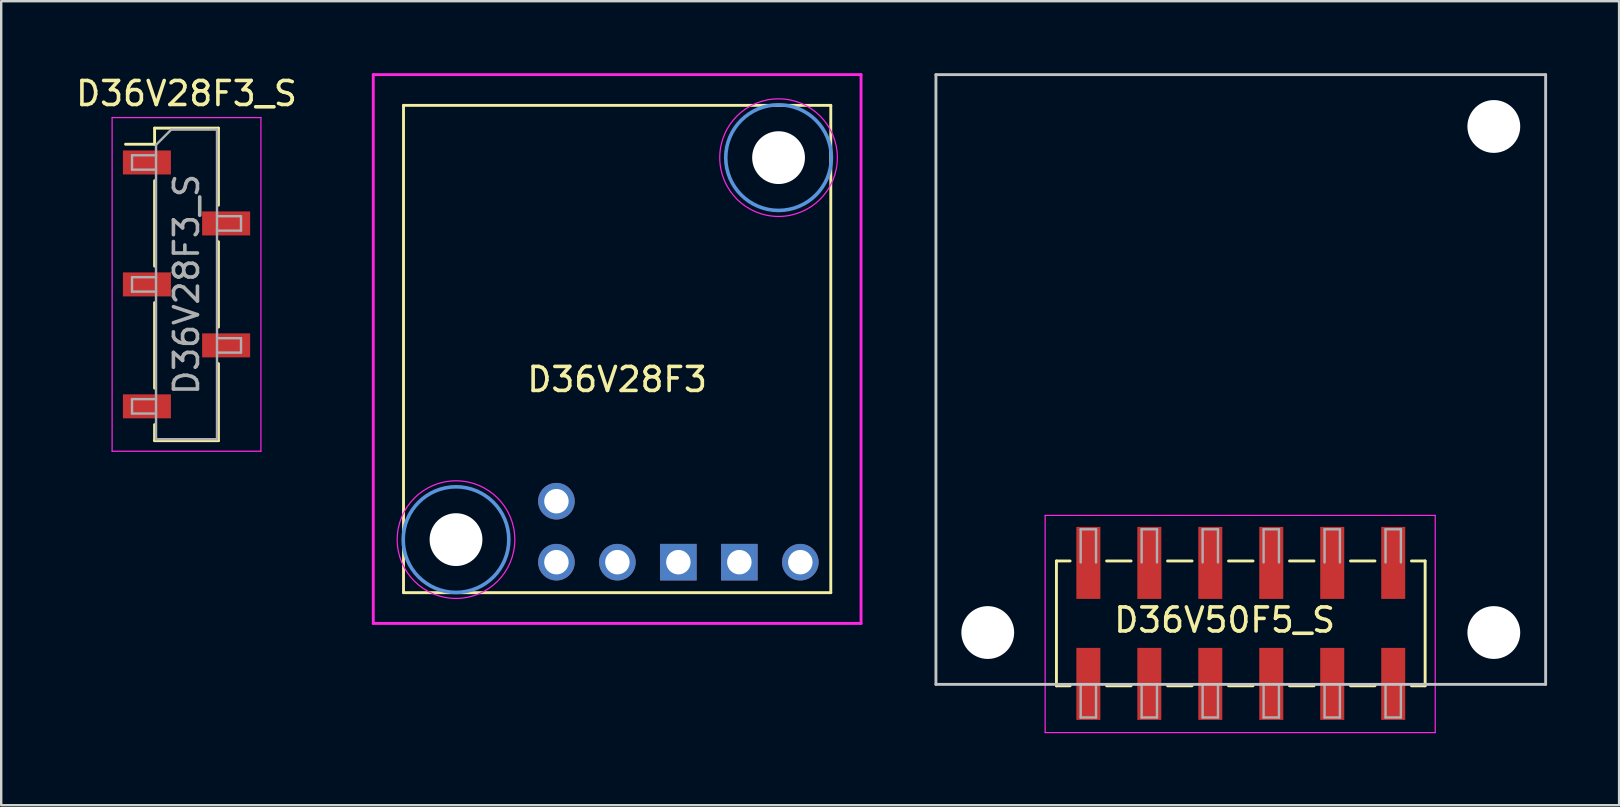
<source format=kicad_pcb>
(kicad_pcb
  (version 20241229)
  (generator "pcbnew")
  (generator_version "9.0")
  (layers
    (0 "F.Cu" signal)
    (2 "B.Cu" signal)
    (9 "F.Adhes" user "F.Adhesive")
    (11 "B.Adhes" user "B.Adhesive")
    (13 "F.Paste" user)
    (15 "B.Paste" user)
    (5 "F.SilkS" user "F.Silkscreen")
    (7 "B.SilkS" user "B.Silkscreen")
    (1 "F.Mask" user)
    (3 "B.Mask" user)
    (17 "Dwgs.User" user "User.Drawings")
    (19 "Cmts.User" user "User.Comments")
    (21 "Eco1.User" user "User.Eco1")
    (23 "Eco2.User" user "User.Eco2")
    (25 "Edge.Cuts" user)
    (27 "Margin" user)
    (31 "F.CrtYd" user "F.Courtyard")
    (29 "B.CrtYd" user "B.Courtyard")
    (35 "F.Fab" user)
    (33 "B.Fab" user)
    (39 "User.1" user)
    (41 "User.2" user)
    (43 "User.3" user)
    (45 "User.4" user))
  (footprint "D36V28F3"
    (layer "F.Cu")
    (at 22.66 11.49)
    (property "Reference" "D36V28F3" (at 0 1.27 0) (layer "F.SilkS") (effects (font (size 1 1) (thickness 0.15))))
    (attr through_hole)
    (fp_line (start -8.9 -10.15) (end 8.9 -10.15) (stroke (width 0.12) (type solid)) (layer "F.SilkS"))
    (fp_line (start -8.9 10.15) (end -8.9 -10.15) (stroke (width 0.12) (type solid)) (layer "F.SilkS"))
    (fp_line (start 8.9 -10.15) (end 8.9 10.15) (stroke (width 0.12) (type solid)) (layer "F.SilkS"))
    (fp_line (start 8.9 10.15) (end -8.9 10.15) (stroke (width 0.12) (type solid)) (layer "F.SilkS"))
    (fp_circle (center -6.713 7.94) (end -4.513 7.94) (stroke (width 0.15) (type solid)) (fill no) (layer "Cmts.User"))
    (fp_circle (center 6.724 -7.973) (end 8.924 -7.973) (stroke (width 0.15) (type solid)) (fill no) (layer "Cmts.User"))
    (fp_line (start -10.16 -11.43) (end -10.16 11.43) (stroke (width 0.12) (type solid)) (layer "F.CrtYd"))
    (fp_line (start -10.16 11.43) (end 10.16 11.43) (stroke (width 0.12) (type solid)) (layer "F.CrtYd"))
    (fp_line (start 10.16 -11.43) (end -10.16 -11.43) (stroke (width 0.12) (type solid)) (layer "F.CrtYd"))
    (fp_line (start 10.16 11.43) (end 10.16 -11.43) (stroke (width 0.12) (type solid)) (layer "F.CrtYd"))
    (fp_circle (center -6.713 7.94) (end -4.263 7.94) (stroke (width 0.05) (type solid)) (fill no) (layer "F.CrtYd"))
    (fp_circle (center 6.724 -7.973) (end 9.174 -7.973) (stroke (width 0.05) (type solid)) (fill no) (layer "F.CrtYd"))
    (pad "" np_thru_hole circle (at -6.713 7.94) (size 2.2 2.2) (drill 2.2) (layers "*.Cu" "*.Mask"))
    (pad "" np_thru_hole circle (at 6.724 -7.973) (size 2.2 2.2) (drill 2.2) (layers "*.Cu" "*.Mask"))
    (pad "1" thru_hole circle (at -2.53 6.34) (size 1.524 1.524) (drill 1.02) (layers "*.Cu" "*.Mask"))
    (pad "2" thru_hole circle (at -2.53 8.88) (size 1.524 1.524) (drill 1.02) (layers "*.Cu" "*.Mask"))
    (pad "3" thru_hole circle (at 0.01 8.88) (size 1.524 1.524) (drill 1.02) (layers "*.Cu" "*.Mask"))
    (pad "4" thru_hole rect (at 2.55 8.88) (size 1.524 1.524) (drill 1.02) (layers "*.Cu" "*.Mask"))
    (pad "5" thru_hole rect (at 5.09 8.88) (size 1.524 1.524) (drill 1.02) (layers "*.Cu" "*.Mask"))
    (pad "6" thru_hole circle (at 7.63 8.88) (size 1.524 1.524) (drill 1.02) (layers "*.Cu" "*.Mask")))
  (footprint "D36V50F5_S"
    (layer "F.Cu")
    (at 48.64 12.76)
    (property "Reference" "D36V50F5_S" (at -0.673 10.02 180) (layer "F.SilkS") (effects (font (size 1 1) (thickness 0.15))))
    (attr smd)
    (fp_line (start -7.68 7.56) (end -7.11 7.56) (stroke (width 0.12) (type solid)) (layer "F.SilkS"))
    (fp_line (start -7.68 12.76) (end -7.68 7.56) (stroke (width 0.12) (type solid)) (layer "F.SilkS"))
    (fp_line (start -7.68 12.76) (end -7.11 12.76) (stroke (width 0.12) (type solid)) (layer "F.SilkS"))
    (fp_line (start -5.59 7.56) (end -4.57 7.56) (stroke (width 0.12) (type solid)) (layer "F.SilkS"))
    (fp_line (start -5.59 12.76) (end -4.57 12.76) (stroke (width 0.12) (type solid)) (layer "F.SilkS"))
    (fp_line (start -3.05 7.56) (end -2.03 7.56) (stroke (width 0.12) (type solid)) (layer "F.SilkS"))
    (fp_line (start -3.05 12.76) (end -2.03 12.76) (stroke (width 0.12) (type solid)) (layer "F.SilkS"))
    (fp_line (start -0.51 7.56) (end 0.51 7.56) (stroke (width 0.12) (type solid)) (layer "F.SilkS"))
    (fp_line (start -0.51 12.76) (end 0.51 12.76) (stroke (width 0.12) (type solid)) (layer "F.SilkS"))
    (fp_line (start 2.03 7.56) (end 3.05 7.56) (stroke (width 0.12) (type solid)) (layer "F.SilkS"))
    (fp_line (start 2.03 12.76) (end 3.05 12.76) (stroke (width 0.12) (type solid)) (layer "F.SilkS"))
    (fp_line (start 4.57 7.56) (end 5.59 7.56) (stroke (width 0.12) (type solid)) (layer "F.SilkS"))
    (fp_line (start 4.57 12.76) (end 5.59 12.76) (stroke (width 0.12) (type solid)) (layer "F.SilkS"))
    (fp_line (start 7.11 7.56) (end 7.68 7.56) (stroke (width 0.12) (type solid)) (layer "F.SilkS"))
    (fp_line (start 7.11 12.76) (end 7.68 12.76) (stroke (width 0.12) (type solid)) (layer "F.SilkS"))
    (fp_line (start 7.68 12.76) (end 7.68 7.56) (stroke (width 0.12) (type solid)) (layer "F.SilkS"))
    (fp_line (start -12.7 -12.7) (end 12.7 -12.7) (stroke (width 0.12) (type solid)) (layer "Dwgs.User"))
    (fp_line (start -12.7 12.7) (end -12.7 -12.7) (stroke (width 0.12) (type solid)) (layer "Dwgs.User"))
    (fp_line (start 12.7 -12.7) (end 12.7 12.7) (stroke (width 0.12) (type solid)) (layer "Dwgs.User"))
    (fp_line (start 12.7 12.7) (end -12.7 12.7) (stroke (width 0.12) (type solid)) (layer "Dwgs.User"))
    (fp_line (start -8.15 5.66) (end 8.1 5.66) (stroke (width 0.05) (type solid)) (layer "F.CrtYd"))
    (fp_line (start -8.15 14.71) (end -8.15 5.66) (stroke (width 0.05) (type solid)) (layer "F.CrtYd"))
    (fp_line (start 8.1 5.66) (end 8.1 14.71) (stroke (width 0.05) (type solid)) (layer "F.CrtYd"))
    (fp_line (start 8.1 14.71) (end -8.15 14.71) (stroke (width 0.05) (type solid)) (layer "F.CrtYd"))
    (fp_line (start -6.67 6.24) (end -6.03 6.24) (stroke (width 0.1) (type solid)) (layer "F.Fab"))
    (fp_line (start -6.67 7.62) (end -6.67 6.24) (stroke (width 0.1) (type solid)) (layer "F.Fab"))
    (fp_line (start -6.67 14.08) (end -6.67 12.7) (stroke (width 0.1) (type solid)) (layer "F.Fab"))
    (fp_line (start -6.03 6.24) (end -6.03 7.62) (stroke (width 0.1) (type solid)) (layer "F.Fab"))
    (fp_line (start -6.03 12.7) (end -6.03 14.08) (stroke (width 0.1) (type solid)) (layer "F.Fab"))
    (fp_line (start -6.03 14.08) (end -6.67 14.08) (stroke (width 0.1) (type solid)) (layer "F.Fab"))
    (fp_line (start -4.13 6.24) (end -3.49 6.24) (stroke (width 0.1) (type solid)) (layer "F.Fab"))
    (fp_line (start -4.13 7.62) (end -4.13 6.24) (stroke (width 0.1) (type solid)) (layer "F.Fab"))
    (fp_line (start -4.13 14.08) (end -4.13 12.7) (stroke (width 0.1) (type solid)) (layer "F.Fab"))
    (fp_line (start -3.49 6.24) (end -3.49 7.62) (stroke (width 0.1) (type solid)) (layer "F.Fab"))
    (fp_line (start -3.49 12.7) (end -3.49 14.08) (stroke (width 0.1) (type solid)) (layer "F.Fab"))
    (fp_line (start -3.49 14.08) (end -4.13 14.08) (stroke (width 0.1) (type solid)) (layer "F.Fab"))
    (fp_line (start -1.59 6.24) (end -0.95 6.24) (stroke (width 0.1) (type solid)) (layer "F.Fab"))
    (fp_line (start -1.59 7.62) (end -1.59 6.24) (stroke (width 0.1) (type solid)) (layer "F.Fab"))
    (fp_line (start -1.59 14.08) (end -1.59 12.7) (stroke (width 0.1) (type solid)) (layer "F.Fab"))
    (fp_line (start -0.95 6.24) (end -0.95 7.62) (stroke (width 0.1) (type solid)) (layer "F.Fab"))
    (fp_line (start -0.95 12.7) (end -0.95 14.08) (stroke (width 0.1) (type solid)) (layer "F.Fab"))
    (fp_line (start -0.95 14.08) (end -1.59 14.08) (stroke (width 0.1) (type solid)) (layer "F.Fab"))
    (fp_line (start 0.95 6.24) (end 1.59 6.24) (stroke (width 0.1) (type solid)) (layer "F.Fab"))
    (fp_line (start 0.95 7.62) (end 0.95 6.24) (stroke (width 0.1) (type solid)) (layer "F.Fab"))
    (fp_line (start 0.95 14.08) (end 0.95 12.7) (stroke (width 0.1) (type solid)) (layer "F.Fab"))
    (fp_line (start 1.59 6.24) (end 1.59 7.62) (stroke (width 0.1) (type solid)) (layer "F.Fab"))
    (fp_line (start 1.59 12.7) (end 1.59 14.08) (stroke (width 0.1) (type solid)) (layer "F.Fab"))
    (fp_line (start 1.59 14.08) (end 0.95 14.08) (stroke (width 0.1) (type solid)) (layer "F.Fab"))
    (fp_line (start 3.49 6.24) (end 4.13 6.24) (stroke (width 0.1) (type solid)) (layer "F.Fab"))
    (fp_line (start 3.49 7.62) (end 3.49 6.24) (stroke (width 0.1) (type solid)) (layer "F.Fab"))
    (fp_line (start 3.49 14.08) (end 3.49 12.7) (stroke (width 0.1) (type solid)) (layer "F.Fab"))
    (fp_line (start 4.13 6.24) (end 4.13 7.62) (stroke (width 0.1) (type solid)) (layer "F.Fab"))
    (fp_line (start 4.13 12.7) (end 4.13 14.08) (stroke (width 0.1) (type solid)) (layer "F.Fab"))
    (fp_line (start 4.13 14.08) (end 3.49 14.08) (stroke (width 0.1) (type solid)) (layer "F.Fab"))
    (fp_line (start 6.03 6.24) (end 6.67 6.24) (stroke (width 0.1) (type solid)) (layer "F.Fab"))
    (fp_line (start 6.03 7.62) (end 6.03 6.24) (stroke (width 0.1) (type solid)) (layer "F.Fab"))
    (fp_line (start 6.03 14.08) (end 6.03 12.7) (stroke (width 0.1) (type solid)) (layer "F.Fab"))
    (fp_line (start 6.67 6.24) (end 6.67 7.62) (stroke (width 0.1) (type solid)) (layer "F.Fab"))
    (fp_line (start 6.67 12.7) (end 6.67 14.08) (stroke (width 0.1) (type solid)) (layer "F.Fab"))
    (fp_line (start 6.67 14.08) (end 6.03 14.08) (stroke (width 0.1) (type solid)) (layer "F.Fab"))
    (pad "" np_thru_hole circle (at -10.541 10.541 180) (size 2.2 2.2) (drill 2.2) (layers "*.Cu" "*.Mask"))
    (pad "" np_thru_hole circle (at 10.541 -10.541 180) (size 2.2 2.2) (drill 2.2) (layers "*.Cu" "*.Mask"))
    (pad "" np_thru_hole circle (at 10.541 10.541 180) (size 2.2 2.2) (drill 2.2) (layers "*.Cu" "*.Mask"))
    (pad "1" smd rect (at 6.35 7.64 90) (size 3 1) (layers "F.Cu" "F.Mask" "F.Paste"))
    (pad "2" smd rect (at 6.35 12.68 90) (size 3 1) (layers "F.Cu" "F.Mask" "F.Paste"))
    (pad "3" smd rect (at 3.81 7.64 90) (size 3 1) (layers "F.Cu" "F.Mask" "F.Paste"))
    (pad "4" smd rect (at 3.81 12.68 90) (size 3 1) (layers "F.Cu" "F.Mask" "F.Paste"))
    (pad "5" smd rect (at 1.27 7.64 90) (size 3 1) (layers "F.Cu" "F.Mask" "F.Paste"))
    (pad "6" smd rect (at 1.27 12.68 90) (size 3 1) (layers "F.Cu" "F.Mask" "F.Paste"))
    (pad "7" smd rect (at -1.27 7.64 90) (size 3 1) (layers "F.Cu" "F.Mask" "F.Paste"))
    (pad "8" smd rect (at -1.27 12.68 90) (size 3 1) (layers "F.Cu" "F.Mask" "F.Paste"))
    (pad "9" smd rect (at -3.81 7.64 90) (size 3 1) (layers "F.Cu" "F.Mask" "F.Paste"))
    (pad "10" smd rect (at -3.81 12.68 90) (size 3 1) (layers "F.Cu" "F.Mask" "F.Paste"))
    (pad "11" smd rect (at -6.35 7.64 90) (size 3 1) (layers "F.Cu" "F.Mask" "F.Paste"))
    (pad "12" smd rect (at -6.35 12.68 90) (size 3 1) (layers "F.Cu" "F.Mask" "F.Paste")))
  (footprint "D36V28F3_S"
    (layer "F.Cu")
    (at 4.72 8.798)
    (property "Reference" "D36V28F3_S" (at 0 -7.95 0) (layer "F.SilkS") (effects (font (size 1 1) (thickness 0.15))))
    (attr smd)
    (fp_line (start -2.54 -5.84) (end -1.33 -5.84) (stroke (width 0.12) (type solid)) (layer "F.SilkS"))
    (fp_line (start -1.33 -6.51) (end -1.33 -5.84) (stroke (width 0.12) (type solid)) (layer "F.SilkS"))
    (fp_line (start -1.33 -6.51) (end 1.33 -6.51) (stroke (width 0.12) (type solid)) (layer "F.SilkS"))
    (fp_line (start -1.33 -4.32) (end -1.33 -0.76) (stroke (width 0.12) (type solid)) (layer "F.SilkS"))
    (fp_line (start -1.33 0.76) (end -1.33 4.32) (stroke (width 0.12) (type solid)) (layer "F.SilkS"))
    (fp_line (start -1.33 5.84) (end -1.33 6.51) (stroke (width 0.12) (type solid)) (layer "F.SilkS"))
    (fp_line (start -1.33 6.51) (end 1.33 6.51) (stroke (width 0.12) (type solid)) (layer "F.SilkS"))
    (fp_line (start 1.33 -6.51) (end 1.33 -3.3) (stroke (width 0.12) (type solid)) (layer "F.SilkS"))
    (fp_line (start 1.33 -1.78) (end 1.33 1.78) (stroke (width 0.12) (type solid)) (layer "F.SilkS"))
    (fp_line (start 1.33 3.3) (end 1.33 6.51) (stroke (width 0.12) (type solid)) (layer "F.SilkS"))
    (fp_line (start -3.1 -6.95) (end 3.1 -6.95) (stroke (width 0.05) (type solid)) (layer "F.CrtYd"))
    (fp_line (start -3.1 6.95) (end -3.1 -6.95) (stroke (width 0.05) (type solid)) (layer "F.CrtYd"))
    (fp_line (start 3.1 -6.95) (end 3.1 6.95) (stroke (width 0.05) (type solid)) (layer "F.CrtYd"))
    (fp_line (start 3.1 6.95) (end -3.1 6.95) (stroke (width 0.05) (type solid)) (layer "F.CrtYd"))
    (fp_line (start -2.27 -5.38) (end -1.27 -5.38) (stroke (width 0.1) (type solid)) (layer "F.Fab"))
    (fp_line (start -2.27 -4.78) (end -2.27 -5.38) (stroke (width 0.1) (type solid)) (layer "F.Fab"))
    (fp_line (start -2.27 -0.3) (end -1.27 -0.3) (stroke (width 0.1) (type solid)) (layer "F.Fab"))
    (fp_line (start -2.27 0.3) (end -2.27 -0.3) (stroke (width 0.1) (type solid)) (layer "F.Fab"))
    (fp_line (start -2.27 4.78) (end -1.27 4.78) (stroke (width 0.1) (type solid)) (layer "F.Fab"))
    (fp_line (start -2.27 5.38) (end -2.27 4.78) (stroke (width 0.1) (type solid)) (layer "F.Fab"))
    (fp_line (start -1.27 -5.815) (end -0.635 -6.45) (stroke (width 0.1) (type solid)) (layer "F.Fab"))
    (fp_line (start -1.27 -4.78) (end -2.27 -4.78) (stroke (width 0.1) (type solid)) (layer "F.Fab"))
    (fp_line (start -1.27 0.3) (end -2.27 0.3) (stroke (width 0.1) (type solid)) (layer "F.Fab"))
    (fp_line (start -1.27 5.38) (end -2.27 5.38) (stroke (width 0.1) (type solid)) (layer "F.Fab"))
    (fp_line (start -1.27 6.45) (end -1.27 -5.815) (stroke (width 0.1) (type solid)) (layer "F.Fab"))
    (fp_line (start -0.635 -6.45) (end 1.27 -6.45) (stroke (width 0.1) (type solid)) (layer "F.Fab"))
    (fp_line (start 1.27 -6.45) (end 1.27 6.45) (stroke (width 0.1) (type solid)) (layer "F.Fab"))
    (fp_line (start 1.27 -2.84) (end 2.27 -2.84) (stroke (width 0.1) (type solid)) (layer "F.Fab"))
    (fp_line (start 1.27 2.24) (end 2.27 2.24) (stroke (width 0.1) (type solid)) (layer "F.Fab"))
    (fp_line (start 1.27 6.45) (end -1.27 6.45) (stroke (width 0.1) (type solid)) (layer "F.Fab"))
    (fp_line (start 2.27 -2.84) (end 2.27 -2.24) (stroke (width 0.1) (type solid)) (layer "F.Fab"))
    (fp_line (start 2.27 -2.24) (end 1.27 -2.24) (stroke (width 0.1) (type solid)) (layer "F.Fab"))
    (fp_line (start 2.27 2.24) (end 2.27 2.84) (stroke (width 0.1) (type solid)) (layer "F.Fab"))
    (fp_line (start 2.27 2.84) (end 1.27 2.84) (stroke (width 0.1) (type solid)) (layer "F.Fab"))
    (fp_text user "${REFERENCE}" (at 0 0 90) (layer "F.Fab") (effects (font (size 1 1) (thickness 0.15))))
    (pad "1" smd rect (at -1.65 -5.08) (size 2 1) (layers "F.Cu" "F.Mask" "F.Paste"))
    (pad "2" smd rect (at 1.65 -2.54) (size 2 1) (layers "F.Cu" "F.Mask" "F.Paste"))
    (pad "3" smd rect (at -1.65 0) (size 2 1) (layers "F.Cu" "F.Mask" "F.Paste"))
    (pad "4" smd rect (at 1.65 2.54) (size 2 1) (layers "F.Cu" "F.Mask" "F.Paste"))
    (pad "5" smd rect (at -1.65 5.08) (size 2 1) (layers "F.Cu" "F.Mask" "F.Paste")))
  (gr_rect
    (start -3 -3)
    (end 64.4 30.495)
    (stroke (width 0.1) (type default))
    (fill no)
    (layer "Edge.Cuts")))
</source>
